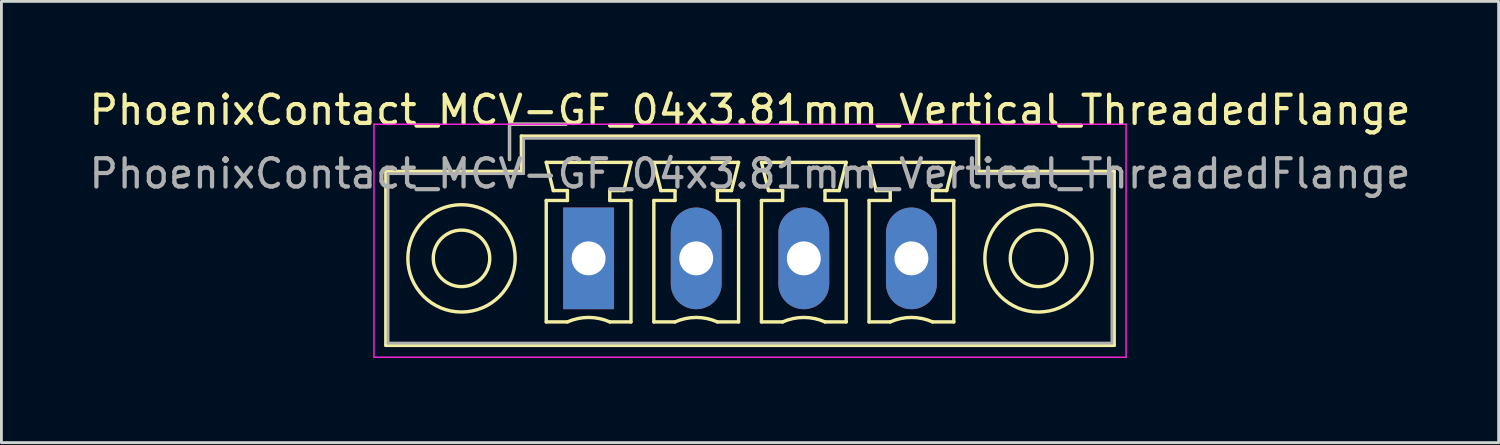
<source format=kicad_pcb>
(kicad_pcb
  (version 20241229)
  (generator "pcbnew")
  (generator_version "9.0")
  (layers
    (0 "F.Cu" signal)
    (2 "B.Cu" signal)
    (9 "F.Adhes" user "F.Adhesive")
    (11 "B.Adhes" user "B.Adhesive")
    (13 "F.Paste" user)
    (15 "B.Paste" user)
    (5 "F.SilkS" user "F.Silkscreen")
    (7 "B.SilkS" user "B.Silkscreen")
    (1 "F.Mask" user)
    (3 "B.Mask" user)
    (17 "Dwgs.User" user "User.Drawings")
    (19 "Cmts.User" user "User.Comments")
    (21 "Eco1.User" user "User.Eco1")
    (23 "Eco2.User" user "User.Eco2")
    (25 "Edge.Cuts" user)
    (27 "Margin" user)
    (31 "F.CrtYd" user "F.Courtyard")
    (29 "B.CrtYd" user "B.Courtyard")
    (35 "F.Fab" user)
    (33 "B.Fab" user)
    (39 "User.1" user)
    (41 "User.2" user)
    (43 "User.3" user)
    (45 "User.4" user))
  (footprint "PhoenixContact_MCV-GF_04x3.81mm_Vertical_ThreadedFlange"
    (layer "F.Cu")
    (at 17.791 6.098)
    (property "Reference" "PhoenixContact_MCV-GF_04x3.81mm_Vertical_ThreadedFlange" (at 5.715 -5.25 0) (layer "F.SilkS") (effects (font (size 1 1) (thickness 0.15))))
    (attr through_hole)
    (fp_line (start -7.18 -3.08) (end -7.18 3.08) (stroke (width 0.12) (type solid)) (layer "F.SilkS"))
    (fp_line (start -7.18 3.08) (end 18.61 3.08) (stroke (width 0.12) (type solid)) (layer "F.SilkS"))
    (fp_line (start -2.8 -4.75) (end -0.8 -4.75) (stroke (width 0.12) (type solid)) (layer "F.SilkS"))
    (fp_line (start -2.8 -3.5) (end -2.8 -4.75) (stroke (width 0.12) (type solid)) (layer "F.SilkS"))
    (fp_line (start -2.38 -4.33) (end -2.38 -3.08) (stroke (width 0.12) (type solid)) (layer "F.SilkS"))
    (fp_line (start -2.38 -3.08) (end -7.18 -3.08) (stroke (width 0.12) (type solid)) (layer "F.SilkS"))
    (fp_line (start -1.5 -3.4) (end 1.5 -3.4) (stroke (width 0.12) (type solid)) (layer "F.SilkS"))
    (fp_line (start -1.5 -2.05) (end -0.75 -2.05) (stroke (width 0.12) (type solid)) (layer "F.SilkS"))
    (fp_line (start -1.5 2.25) (end -1.5 -2.05) (stroke (width 0.12) (type solid)) (layer "F.SilkS"))
    (fp_line (start -1.25 -2.4) (end -1.5 -3.4) (stroke (width 0.12) (type solid)) (layer "F.SilkS"))
    (fp_line (start -0.75 -2.4) (end -1.25 -2.4) (stroke (width 0.12) (type solid)) (layer "F.SilkS"))
    (fp_line (start -0.75 -2.05) (end -0.75 -2.4) (stroke (width 0.12) (type solid)) (layer "F.SilkS"))
    (fp_line (start -0.75 2.25) (end -1.5 2.25) (stroke (width 0.12) (type solid)) (layer "F.SilkS"))
    (fp_line (start 0.75 -2.4) (end 0.75 -2.05) (stroke (width 0.12) (type solid)) (layer "F.SilkS"))
    (fp_line (start 0.75 -2.05) (end 1.5 -2.05) (stroke (width 0.12) (type solid)) (layer "F.SilkS"))
    (fp_line (start 1.25 -2.4) (end 0.75 -2.4) (stroke (width 0.12) (type solid)) (layer "F.SilkS"))
    (fp_line (start 1.5 -3.4) (end 1.25 -2.4) (stroke (width 0.12) (type solid)) (layer "F.SilkS"))
    (fp_line (start 1.5 -2.05) (end 1.5 2.25) (stroke (width 0.12) (type solid)) (layer "F.SilkS"))
    (fp_line (start 1.5 2.25) (end 0.75 2.25) (stroke (width 0.12) (type solid)) (layer "F.SilkS"))
    (fp_line (start 2.31 -3.4) (end 5.31 -3.4) (stroke (width 0.12) (type solid)) (layer "F.SilkS"))
    (fp_line (start 2.31 -2.05) (end 3.06 -2.05) (stroke (width 0.12) (type solid)) (layer "F.SilkS"))
    (fp_line (start 2.31 2.25) (end 2.31 -2.05) (stroke (width 0.12) (type solid)) (layer "F.SilkS"))
    (fp_line (start 2.56 -2.4) (end 2.31 -3.4) (stroke (width 0.12) (type solid)) (layer "F.SilkS"))
    (fp_line (start 3.06 -2.4) (end 2.56 -2.4) (stroke (width 0.12) (type solid)) (layer "F.SilkS"))
    (fp_line (start 3.06 -2.05) (end 3.06 -2.4) (stroke (width 0.12) (type solid)) (layer "F.SilkS"))
    (fp_line (start 3.06 2.25) (end 2.31 2.25) (stroke (width 0.12) (type solid)) (layer "F.SilkS"))
    (fp_line (start 4.56 -2.4) (end 4.56 -2.05) (stroke (width 0.12) (type solid)) (layer "F.SilkS"))
    (fp_line (start 4.56 -2.05) (end 5.31 -2.05) (stroke (width 0.12) (type solid)) (layer "F.SilkS"))
    (fp_line (start 5.06 -2.4) (end 4.56 -2.4) (stroke (width 0.12) (type solid)) (layer "F.SilkS"))
    (fp_line (start 5.31 -3.4) (end 5.06 -2.4) (stroke (width 0.12) (type solid)) (layer "F.SilkS"))
    (fp_line (start 5.31 -2.05) (end 5.31 2.25) (stroke (width 0.12) (type solid)) (layer "F.SilkS"))
    (fp_line (start 5.31 2.25) (end 4.56 2.25) (stroke (width 0.12) (type solid)) (layer "F.SilkS"))
    (fp_line (start 6.12 -3.4) (end 9.12 -3.4) (stroke (width 0.12) (type solid)) (layer "F.SilkS"))
    (fp_line (start 6.12 -2.05) (end 6.87 -2.05) (stroke (width 0.12) (type solid)) (layer "F.SilkS"))
    (fp_line (start 6.12 2.25) (end 6.12 -2.05) (stroke (width 0.12) (type solid)) (layer "F.SilkS"))
    (fp_line (start 6.37 -2.4) (end 6.12 -3.4) (stroke (width 0.12) (type solid)) (layer "F.SilkS"))
    (fp_line (start 6.87 -2.4) (end 6.37 -2.4) (stroke (width 0.12) (type solid)) (layer "F.SilkS"))
    (fp_line (start 6.87 -2.05) (end 6.87 -2.4) (stroke (width 0.12) (type solid)) (layer "F.SilkS"))
    (fp_line (start 6.87 2.25) (end 6.12 2.25) (stroke (width 0.12) (type solid)) (layer "F.SilkS"))
    (fp_line (start 8.37 -2.4) (end 8.37 -2.05) (stroke (width 0.12) (type solid)) (layer "F.SilkS"))
    (fp_line (start 8.37 -2.05) (end 9.12 -2.05) (stroke (width 0.12) (type solid)) (layer "F.SilkS"))
    (fp_line (start 8.87 -2.4) (end 8.37 -2.4) (stroke (width 0.12) (type solid)) (layer "F.SilkS"))
    (fp_line (start 9.12 -3.4) (end 8.87 -2.4) (stroke (width 0.12) (type solid)) (layer "F.SilkS"))
    (fp_line (start 9.12 -2.05) (end 9.12 2.25) (stroke (width 0.12) (type solid)) (layer "F.SilkS"))
    (fp_line (start 9.12 2.25) (end 8.37 2.25) (stroke (width 0.12) (type solid)) (layer "F.SilkS"))
    (fp_line (start 9.93 -3.4) (end 12.93 -3.4) (stroke (width 0.12) (type solid)) (layer "F.SilkS"))
    (fp_line (start 9.93 -2.05) (end 10.68 -2.05) (stroke (width 0.12) (type solid)) (layer "F.SilkS"))
    (fp_line (start 9.93 2.25) (end 9.93 -2.05) (stroke (width 0.12) (type solid)) (layer "F.SilkS"))
    (fp_line (start 10.18 -2.4) (end 9.93 -3.4) (stroke (width 0.12) (type solid)) (layer "F.SilkS"))
    (fp_line (start 10.68 -2.4) (end 10.18 -2.4) (stroke (width 0.12) (type solid)) (layer "F.SilkS"))
    (fp_line (start 10.68 -2.05) (end 10.68 -2.4) (stroke (width 0.12) (type solid)) (layer "F.SilkS"))
    (fp_line (start 10.68 2.25) (end 9.93 2.25) (stroke (width 0.12) (type solid)) (layer "F.SilkS"))
    (fp_line (start 12.18 -2.4) (end 12.18 -2.05) (stroke (width 0.12) (type solid)) (layer "F.SilkS"))
    (fp_line (start 12.18 -2.05) (end 12.93 -2.05) (stroke (width 0.12) (type solid)) (layer "F.SilkS"))
    (fp_line (start 12.68 -2.4) (end 12.18 -2.4) (stroke (width 0.12) (type solid)) (layer "F.SilkS"))
    (fp_line (start 12.93 -3.4) (end 12.68 -2.4) (stroke (width 0.12) (type solid)) (layer "F.SilkS"))
    (fp_line (start 12.93 -2.05) (end 12.93 2.25) (stroke (width 0.12) (type solid)) (layer "F.SilkS"))
    (fp_line (start 12.93 2.25) (end 12.18 2.25) (stroke (width 0.12) (type solid)) (layer "F.SilkS"))
    (fp_line (start 13.81 -4.33) (end -2.38 -4.33) (stroke (width 0.12) (type solid)) (layer "F.SilkS"))
    (fp_line (start 13.81 -3.08) (end 13.81 -4.33) (stroke (width 0.12) (type solid)) (layer "F.SilkS"))
    (fp_line (start 18.61 -3.08) (end 13.81 -3.08) (stroke (width 0.12) (type solid)) (layer "F.SilkS"))
    (fp_line (start 18.61 3.08) (end 18.61 -3.08) (stroke (width 0.12) (type solid)) (layer "F.SilkS"))
    (fp_arc (start -0.75 2.25) (mid -0.000193 2.09191) (end 0.749647 2.249844) (stroke (width 0.12) (type solid)) (layer "F.SilkS"))
    (fp_arc (start 3.06 2.25) (mid 3.809807 2.09191) (end 4.559647 2.249844) (stroke (width 0.12) (type solid)) (layer "F.SilkS"))
    (fp_arc (start 6.87 2.25) (mid 7.619807 2.09191) (end 8.369647 2.249844) (stroke (width 0.12) (type solid)) (layer "F.SilkS"))
    (fp_arc (start 10.68 2.25) (mid 11.429807 2.09191) (end 12.179647 2.249844) (stroke (width 0.12) (type solid)) (layer "F.SilkS"))
    (fp_circle (center -4.5 0) (end -3.5 0) (stroke (width 0.12) (type solid)) (fill no) (layer "F.SilkS"))
    (fp_circle (center -4.5 0) (end -2.6 0) (stroke (width 0.12) (type solid)) (fill no) (layer "F.SilkS"))
    (fp_circle (center 15.93 0) (end 16.93 0) (stroke (width 0.12) (type solid)) (fill no) (layer "F.SilkS"))
    (fp_circle (center 15.93 0) (end 17.83 0) (stroke (width 0.12) (type solid)) (fill no) (layer "F.SilkS"))
    (fp_line (start -7.6 -4.75) (end -7.6 3.5) (stroke (width 0.05) (type solid)) (layer "F.CrtYd"))
    (fp_line (start -7.6 3.5) (end 19.03 3.5) (stroke (width 0.05) (type solid)) (layer "F.CrtYd"))
    (fp_line (start 19.03 -4.75) (end -7.6 -4.75) (stroke (width 0.05) (type solid)) (layer "F.CrtYd"))
    (fp_line (start 19.03 3.5) (end 19.03 -4.75) (stroke (width 0.05) (type solid)) (layer "F.CrtYd"))
    (fp_line (start -7.1 -3) (end -7.1 3) (stroke (width 0.1) (type solid)) (layer "F.Fab"))
    (fp_line (start -7.1 3) (end 18.53 3) (stroke (width 0.1) (type solid)) (layer "F.Fab"))
    (fp_line (start -2.8 -4.75) (end -0.8 -4.75) (stroke (width 0.1) (type solid)) (layer "F.Fab"))
    (fp_line (start -2.8 -3.5) (end -2.8 -4.75) (stroke (width 0.1) (type solid)) (layer "F.Fab"))
    (fp_line (start -2.3 -4.25) (end -2.3 -3) (stroke (width 0.1) (type solid)) (layer "F.Fab"))
    (fp_line (start -2.3 -3) (end -7.1 -3) (stroke (width 0.1) (type solid)) (layer "F.Fab"))
    (fp_line (start 13.73 -4.25) (end -2.3 -4.25) (stroke (width 0.1) (type solid)) (layer "F.Fab"))
    (fp_line (start 13.73 -3) (end 13.73 -4.25) (stroke (width 0.1) (type solid)) (layer "F.Fab"))
    (fp_line (start 18.53 -3) (end 13.73 -3) (stroke (width 0.1) (type solid)) (layer "F.Fab"))
    (fp_line (start 18.53 3) (end 18.53 -3) (stroke (width 0.1) (type solid)) (layer "F.Fab"))
    (fp_text user "${REFERENCE}" (at 5.715 -3 0) (layer "F.Fab") (effects (font (size 1 1) (thickness 0.15))))
    (pad "1" thru_hole rect (at 0 0) (size 1.8 3.6) (drill 1.2) (layers "*.Cu" "*.Mask"))
    (pad "2" thru_hole oval (at 3.81 0) (size 1.8 3.6) (drill 1.2) (layers "*.Cu" "*.Mask"))
    (pad "3" thru_hole oval (at 7.62 0) (size 1.8 3.6) (drill 1.2) (layers "*.Cu" "*.Mask"))
    (pad "4" thru_hole oval (at 11.43 0) (size 1.8 3.6) (drill 1.2) (layers "*.Cu" "*.Mask")))
  (gr_rect
    (start -3 -3)
    (end 50.012 12.623)
    (stroke (width 0.1) (type default))
    (fill no)
    (layer "Edge.Cuts")))
</source>
